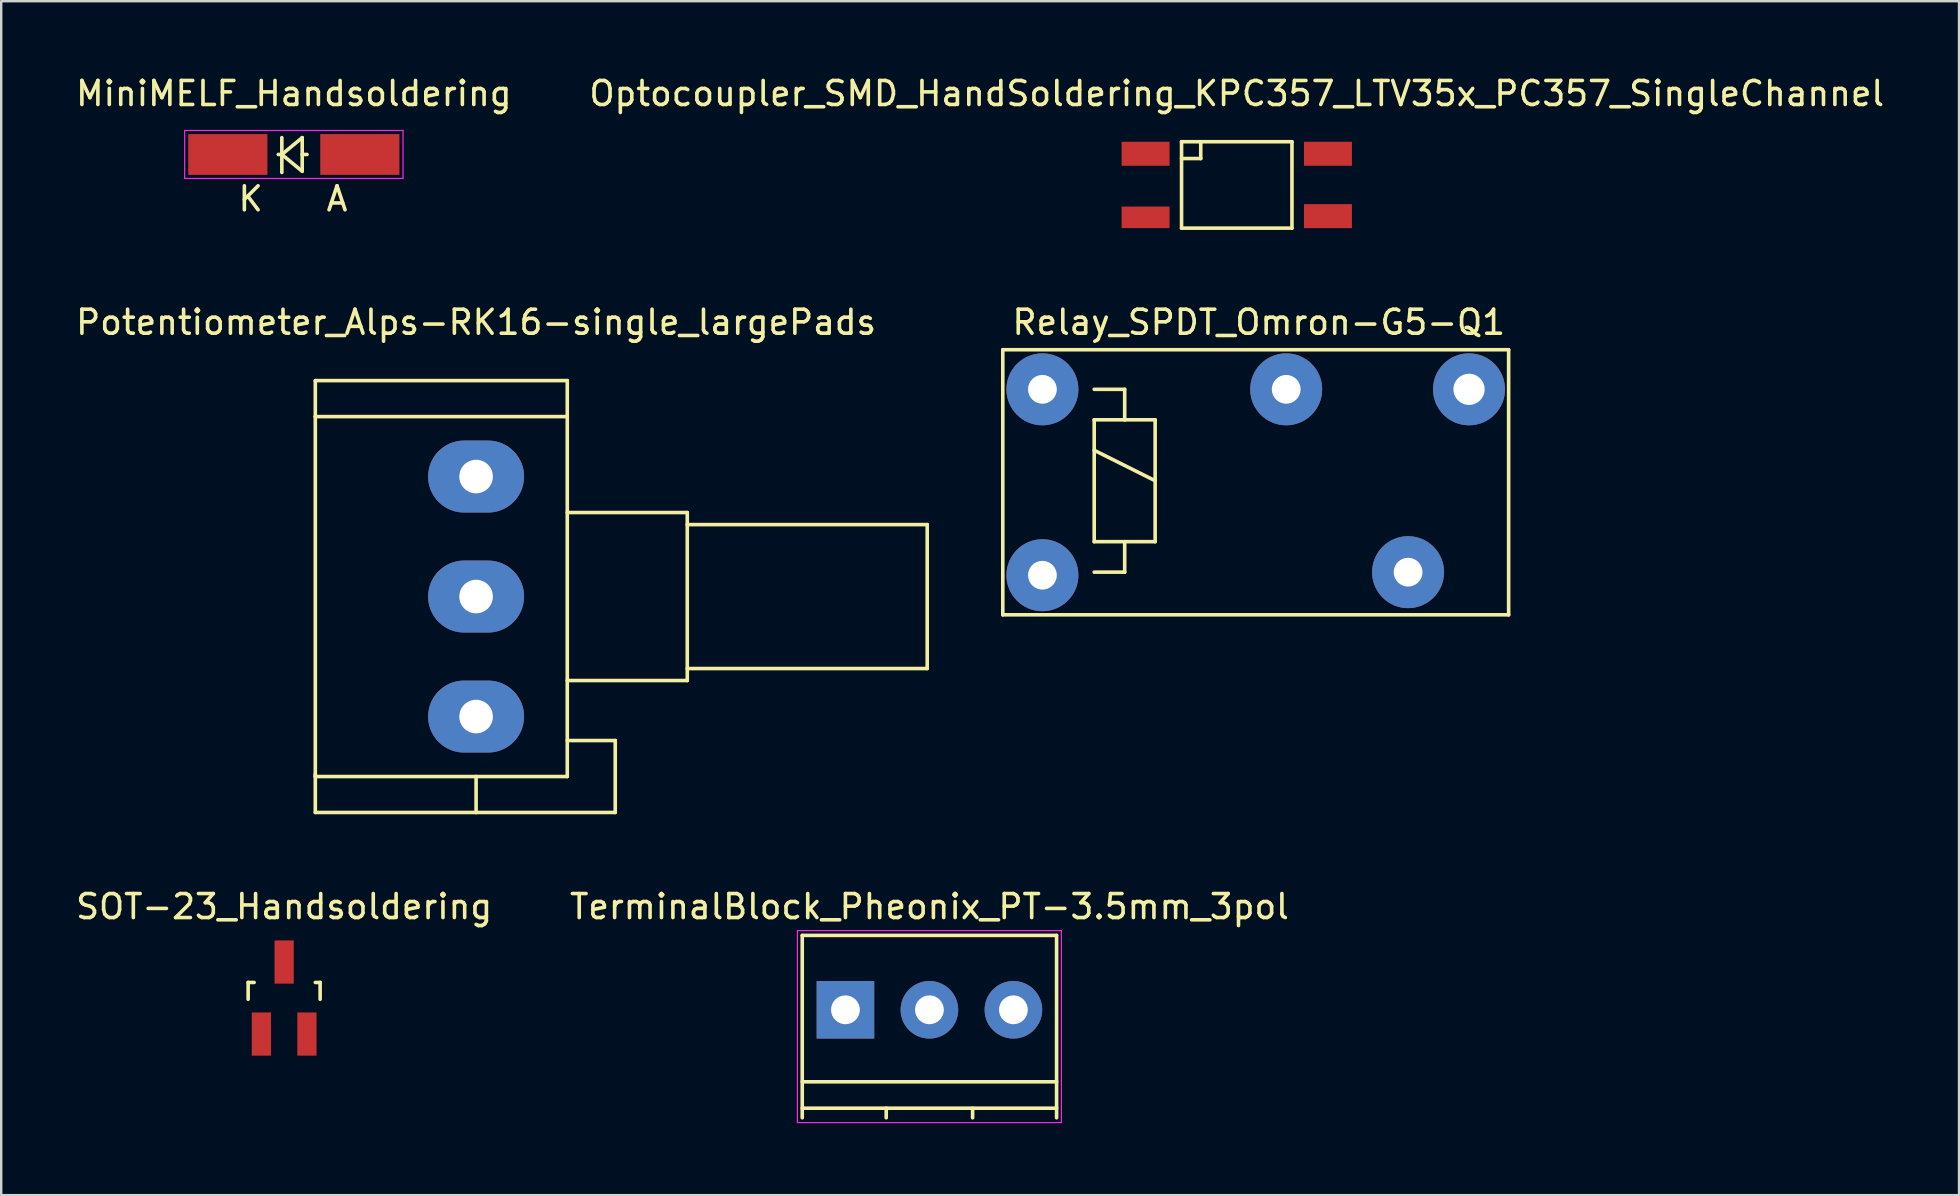
<source format=kicad_pcb>
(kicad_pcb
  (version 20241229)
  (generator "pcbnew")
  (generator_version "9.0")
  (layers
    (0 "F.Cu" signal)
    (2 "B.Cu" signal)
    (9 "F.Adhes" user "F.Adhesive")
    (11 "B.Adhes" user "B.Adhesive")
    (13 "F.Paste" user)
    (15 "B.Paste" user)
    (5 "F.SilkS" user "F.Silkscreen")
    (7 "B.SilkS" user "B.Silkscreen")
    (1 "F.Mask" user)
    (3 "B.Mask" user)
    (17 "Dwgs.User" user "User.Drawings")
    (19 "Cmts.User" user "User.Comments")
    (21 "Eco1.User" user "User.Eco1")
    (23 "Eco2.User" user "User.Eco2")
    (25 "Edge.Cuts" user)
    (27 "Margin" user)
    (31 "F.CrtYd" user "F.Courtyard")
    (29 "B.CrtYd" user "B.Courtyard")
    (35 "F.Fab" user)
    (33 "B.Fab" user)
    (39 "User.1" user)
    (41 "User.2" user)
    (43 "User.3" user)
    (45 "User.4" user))
  (footprint "Potentiometer_Alps-RK16-single_largePads"
    (layer "F.Cu")
    (at 16.792 16.811)
    (property "Reference" "Potentiometer_Alps-RK16-single_largePads" (at 0 -6.429 0) (layer "F.SilkS") (effects (font (size 1 1) (thickness 0.15))))
    (attr through_hole)
    (fp_line (start -6.701 -3.998) (end -6.701 -2.499) (stroke (width 0.15) (type solid)) (layer "F.SilkS"))
    (fp_line (start -6.701 -2.499) (end -6.701 12.502) (stroke (width 0.15) (type solid)) (layer "F.SilkS"))
    (fp_line (start -6.701 12.502) (end 3.8 12.502) (stroke (width 0.15) (type solid)) (layer "F.SilkS"))
    (fp_line (start -6.701 14) (end -6.701 12.4) (stroke (width 0.15) (type solid)) (layer "F.SilkS"))
    (fp_line (start 0 14) (end -6.701 14) (stroke (width 0.15) (type solid)) (layer "F.SilkS"))
    (fp_line (start 0 14) (end 0 12.502) (stroke (width 0.15) (type solid)) (layer "F.SilkS"))
    (fp_line (start 3.8 -3.998) (end -6.701 -3.998) (stroke (width 0.15) (type solid)) (layer "F.SilkS"))
    (fp_line (start 3.8 -2.499) (end -6.701 -2.499) (stroke (width 0.15) (type solid)) (layer "F.SilkS"))
    (fp_line (start 3.8 -2.499) (end 3.8 -3.998) (stroke (width 0.15) (type solid)) (layer "F.SilkS"))
    (fp_line (start 3.8 1.501) (end 8.801 1.501) (stroke (width 0.15) (type solid)) (layer "F.SilkS"))
    (fp_line (start 3.8 11.001) (end 5.799 11.001) (stroke (width 0.15) (type solid)) (layer "F.SilkS"))
    (fp_line (start 3.8 12.502) (end 3.8 -2.499) (stroke (width 0.15) (type solid)) (layer "F.SilkS"))
    (fp_line (start 5.799 11.001) (end 5.799 14) (stroke (width 0.15) (type solid)) (layer "F.SilkS"))
    (fp_line (start 5.799 14) (end 0 14) (stroke (width 0.15) (type solid)) (layer "F.SilkS"))
    (fp_line (start 8.801 1.501) (end 8.801 8.501) (stroke (width 0.15) (type solid)) (layer "F.SilkS"))
    (fp_line (start 8.801 2.002) (end 18.801 2.002) (stroke (width 0.15) (type solid)) (layer "F.SilkS"))
    (fp_line (start 8.801 8.501) (end 3.8 8.501) (stroke (width 0.15) (type solid)) (layer "F.SilkS"))
    (fp_line (start 18.801 2.002) (end 18.801 8.001) (stroke (width 0.15) (type solid)) (layer "F.SilkS"))
    (fp_line (start 18.801 8.001) (end 8.801 8.001) (stroke (width 0.15) (type solid)) (layer "F.SilkS"))
    (pad "1" thru_hole oval (at 0 0) (size 4 3) (drill 1.4) (layers "*.Cu" "*.Mask"))
    (pad "2" thru_hole oval (at 0 5.001) (size 4 3) (drill 1.4) (layers "*.Cu" "*.Mask"))
    (pad "3" thru_hole oval (at 0 10.003) (size 4 3) (drill 1.4) (layers "*.Cu" "*.Mask")))
  (footprint "TerminalBlock_Pheonix_PT-3.5mm_3pol"
    (layer "F.Cu")
    (at 32.185 39.035)
    (property "Reference" "TerminalBlock_Pheonix_PT-3.5mm_3pol" (at 3.5 -4.3 0) (layer "F.SilkS") (effects (font (size 1 1) (thickness 0.15))))
    (attr through_hole)
    (fp_line (start -1.8 -3.1) (end -1.8 4.5) (stroke (width 0.15) (type solid)) (layer "F.SilkS"))
    (fp_line (start -1.8 3) (end 8.8 3) (stroke (width 0.15) (type solid)) (layer "F.SilkS"))
    (fp_line (start -1.8 4.1) (end 8.8 4.1) (stroke (width 0.15) (type solid)) (layer "F.SilkS"))
    (fp_line (start 1.7 4.1) (end 1.7 4.5) (stroke (width 0.15) (type solid)) (layer "F.SilkS"))
    (fp_line (start 5.3 4.1) (end 5.3 4.5) (stroke (width 0.15) (type solid)) (layer "F.SilkS"))
    (fp_line (start 8.8 -3.1) (end -1.8 -3.1) (stroke (width 0.15) (type solid)) (layer "F.SilkS"))
    (fp_line (start 8.8 4.5) (end 8.8 -3.1) (stroke (width 0.15) (type solid)) (layer "F.SilkS"))
    (fp_line (start -2 -3.3) (end 9 -3.3) (stroke (width 0.05) (type solid)) (layer "F.CrtYd"))
    (fp_line (start -2 4.7) (end -2 -3.3) (stroke (width 0.05) (type solid)) (layer "F.CrtYd"))
    (fp_line (start 9 -3.3) (end 9 4.7) (stroke (width 0.05) (type solid)) (layer "F.CrtYd"))
    (fp_line (start 9 4.7) (end -2 4.7) (stroke (width 0.05) (type solid)) (layer "F.CrtYd"))
    (pad "1" thru_hole rect (at 0 0) (size 2.4 2.4) (drill 1.2) (layers "*.Cu" "*.Mask"))
    (pad "2" thru_hole circle (at 3.5 0) (size 2.4 2.4) (drill 1.2) (layers "*.Cu" "*.Mask"))
    (pad "3" thru_hole circle (at 7 0) (size 2.4 2.4) (drill 1.2) (layers "*.Cu" "*.Mask")))
  (footprint "Relay_SPDT_Omron-G5-Q1"
    (layer "F.Cu")
    (at 41.664 20.796)
    (property "Reference" "Relay_SPDT_Omron-G5-Q1" (at 7.747 -10.414 0) (layer "F.SilkS") (effects (font (size 1 1) (thickness 0.15))))
    (attr through_hole)
    (fp_line (start -2.921 -9.271) (end 18.161 -9.271) (stroke (width 0.15) (type solid)) (layer "F.SilkS"))
    (fp_line (start -2.921 1.778) (end -2.921 -9.271) (stroke (width 0.15) (type solid)) (layer "F.SilkS"))
    (fp_line (start 0.889 -7.62) (end 2.159 -7.62) (stroke (width 0.15) (type solid)) (layer "F.SilkS"))
    (fp_line (start 0.889 -6.35) (end 2.159 -6.35) (stroke (width 0.15) (type solid)) (layer "F.SilkS"))
    (fp_line (start 0.889 -5.08) (end 3.429 -3.81) (stroke (width 0.15) (type solid)) (layer "F.SilkS"))
    (fp_line (start 0.889 -1.27) (end 0.889 -6.35) (stroke (width 0.15) (type solid)) (layer "F.SilkS"))
    (fp_line (start 2.159 -7.62) (end 2.159 -6.35) (stroke (width 0.15) (type solid)) (layer "F.SilkS"))
    (fp_line (start 2.159 -6.35) (end 3.429 -6.35) (stroke (width 0.15) (type solid)) (layer "F.SilkS"))
    (fp_line (start 2.159 -1.27) (end 2.159 0) (stroke (width 0.15) (type solid)) (layer "F.SilkS"))
    (fp_line (start 2.159 0) (end 0.889 0) (stroke (width 0.15) (type solid)) (layer "F.SilkS"))
    (fp_line (start 3.429 -6.35) (end 3.429 -1.27) (stroke (width 0.15) (type solid)) (layer "F.SilkS"))
    (fp_line (start 3.429 -1.27) (end 0.889 -1.27) (stroke (width 0.15) (type solid)) (layer "F.SilkS"))
    (fp_line (start 18.161 -9.271) (end 18.161 1.778) (stroke (width 0.15) (type solid)) (layer "F.SilkS"))
    (fp_line (start 18.161 1.778) (end -2.921 1.778) (stroke (width 0.15) (type solid)) (layer "F.SilkS"))
    (pad "11" thru_hole circle (at 13.97 0) (size 3 3) (drill 1.199) (layers "*.Cu" "*.Mask"))
    (pad "12" thru_hole circle (at 8.89 -7.62) (size 3 3) (drill 1.199) (layers "*.Cu" "*.Mask"))
    (pad "14" thru_hole circle (at 16.51 -7.62) (size 3 3) (drill 1.3) (layers "*.Cu" "*.Mask"))
    (pad "A1" thru_hole circle (at -1.27 -7.62) (size 3 3) (drill 1.199) (layers "*.Cu" "*.Mask"))
    (pad "A2" thru_hole circle (at -1.27 0.127) (size 3 3) (drill 1.199) (layers "*.Cu" "*.Mask")))
  (footprint "MiniMELF_Handsoldering"
    (layer "F.Cu")
    (at 9.196 3.388)
    (property "Reference" "MiniMELF_Handsoldering" (at 0 -2.54 0) (layer "F.SilkS") (effects (font (size 1 1) (thickness 0.15))))
    (attr smd)
    (fp_line (start -0.5 0) (end -0.649 0) (stroke (width 0.15) (type solid)) (layer "F.SilkS"))
    (fp_line (start -0.5 0) (end -0.5 -0.701) (stroke (width 0.15) (type solid)) (layer "F.SilkS"))
    (fp_line (start -0.5 0) (end -0.5 0.749) (stroke (width 0.15) (type solid)) (layer "F.SilkS"))
    (fp_line (start -0.5 0) (end 0.349 -0.701) (stroke (width 0.15) (type solid)) (layer "F.SilkS"))
    (fp_line (start 0.349 -0.701) (end 0.349 0.701) (stroke (width 0.15) (type solid)) (layer "F.SilkS"))
    (fp_line (start 0.349 0) (end 0.549 0) (stroke (width 0.15) (type solid)) (layer "F.SilkS"))
    (fp_line (start 0.349 0.701) (end -0.5 0) (stroke (width 0.15) (type solid)) (layer "F.SilkS"))
    (fp_line (start -4.55 -1) (end 4.55 -1) (stroke (width 0.05) (type solid)) (layer "F.CrtYd"))
    (fp_line (start -4.55 1) (end -4.55 -1) (stroke (width 0.05) (type solid)) (layer "F.CrtYd"))
    (fp_line (start 4.55 -1) (end 4.55 1) (stroke (width 0.05) (type solid)) (layer "F.CrtYd"))
    (fp_line (start 4.55 1) (end -4.55 1) (stroke (width 0.05) (type solid)) (layer "F.CrtYd"))
    (fp_text user "K" (at -1.8 1.85 0) (layer "F.SilkS") (effects (font (size 1 1) (thickness 0.15))))
    (fp_text user "A" (at 1.8 1.85 0) (layer "F.SilkS") (effects (font (size 1 1) (thickness 0.15))))
    (pad "1" smd rect (at -2.751 0) (size 3.299 1.699) (layers "F.Cu" "F.Mask" "F.Paste"))
    (pad "2" smd rect (at 2.751 0) (size 3.299 1.699) (layers "F.Cu" "F.Mask" "F.Paste")))
  (footprint "Optocoupler_SMD_HandSoldering_KPC357_LTV35x_PC357_SingleChannel"
    (layer "F.Cu")
    (at 48.494 4.658)
    (property "Reference" "Optocoupler_SMD_HandSoldering_KPC357_LTV35x_PC357_SingleChannel" (at 0 -3.81 0) (layer "F.SilkS") (effects (font (size 1 1) (thickness 0.15))))
    (attr through_hole)
    (fp_line (start -2.301 -1.801) (end -2.301 1.801) (stroke (width 0.15) (type solid)) (layer "F.SilkS"))
    (fp_line (start -2.301 1.801) (end 2.301 1.801) (stroke (width 0.15) (type solid)) (layer "F.SilkS"))
    (fp_line (start -1.501 -1.801) (end -1.501 -1.1) (stroke (width 0.15) (type solid)) (layer "F.SilkS"))
    (fp_line (start -1.501 -1.1) (end -2.301 -1.1) (stroke (width 0.15) (type solid)) (layer "F.SilkS"))
    (fp_line (start 2.301 -1.801) (end -2.301 -1.801) (stroke (width 0.15) (type solid)) (layer "F.SilkS"))
    (fp_line (start 2.301 1.801) (end 2.301 -1.801) (stroke (width 0.15) (type solid)) (layer "F.SilkS"))
    (pad "1" smd rect (at -3.8 -1.3) (size 1.999 1.001) (layers "F.Cu" "F.Mask" "F.Paste"))
    (pad "2" smd rect (at -3.8 1.349) (size 1.999 0.899) (layers "F.Cu" "F.Mask" "F.Paste"))
    (pad "3" smd rect (at 3.8 1.3) (size 1.999 1.001) (layers "F.Cu" "F.Mask" "F.Paste"))
    (pad "4" smd rect (at 3.8 -1.3) (size 1.999 1.001) (layers "F.Cu" "F.Mask" "F.Paste")))
  (footprint "SOT-23_Handsoldering"
    (layer "F.Cu")
    (at 8.792 38.545)
    (property "Reference" "SOT-23_Handsoldering" (at 0 -3.81 0) (layer "F.SilkS") (effects (font (size 1 1) (thickness 0.15))))
    (attr smd)
    (fp_line (start -1.5 -0.65) (end -1.251 -0.65) (stroke (width 0.15) (type solid)) (layer "F.SilkS"))
    (fp_line (start -1.5 0.051) (end -1.5 -0.65) (stroke (width 0.15) (type solid)) (layer "F.SilkS"))
    (fp_line (start 1.299 -0.65) (end 1.5 -0.65) (stroke (width 0.15) (type solid)) (layer "F.SilkS"))
    (fp_line (start 1.5 -0.65) (end 1.5 0.051) (stroke (width 0.15) (type solid)) (layer "F.SilkS"))
    (pad "1" smd rect (at -0.95 1.501) (size 0.8 1.801) (layers "F.Cu" "F.Mask" "F.Paste"))
    (pad "2" smd rect (at 0.95 1.501) (size 0.8 1.801) (layers "F.Cu" "F.Mask" "F.Paste"))
    (pad "3" smd rect (at 0 -1.501) (size 0.8 1.801) (layers "F.Cu" "F.Mask" "F.Paste")))
  (gr_rect
    (start -3 -3)
    (end 78.595 46.76)
    (stroke (width 0.1) (type default))
    (fill no)
    (layer "Edge.Cuts")))
</source>
